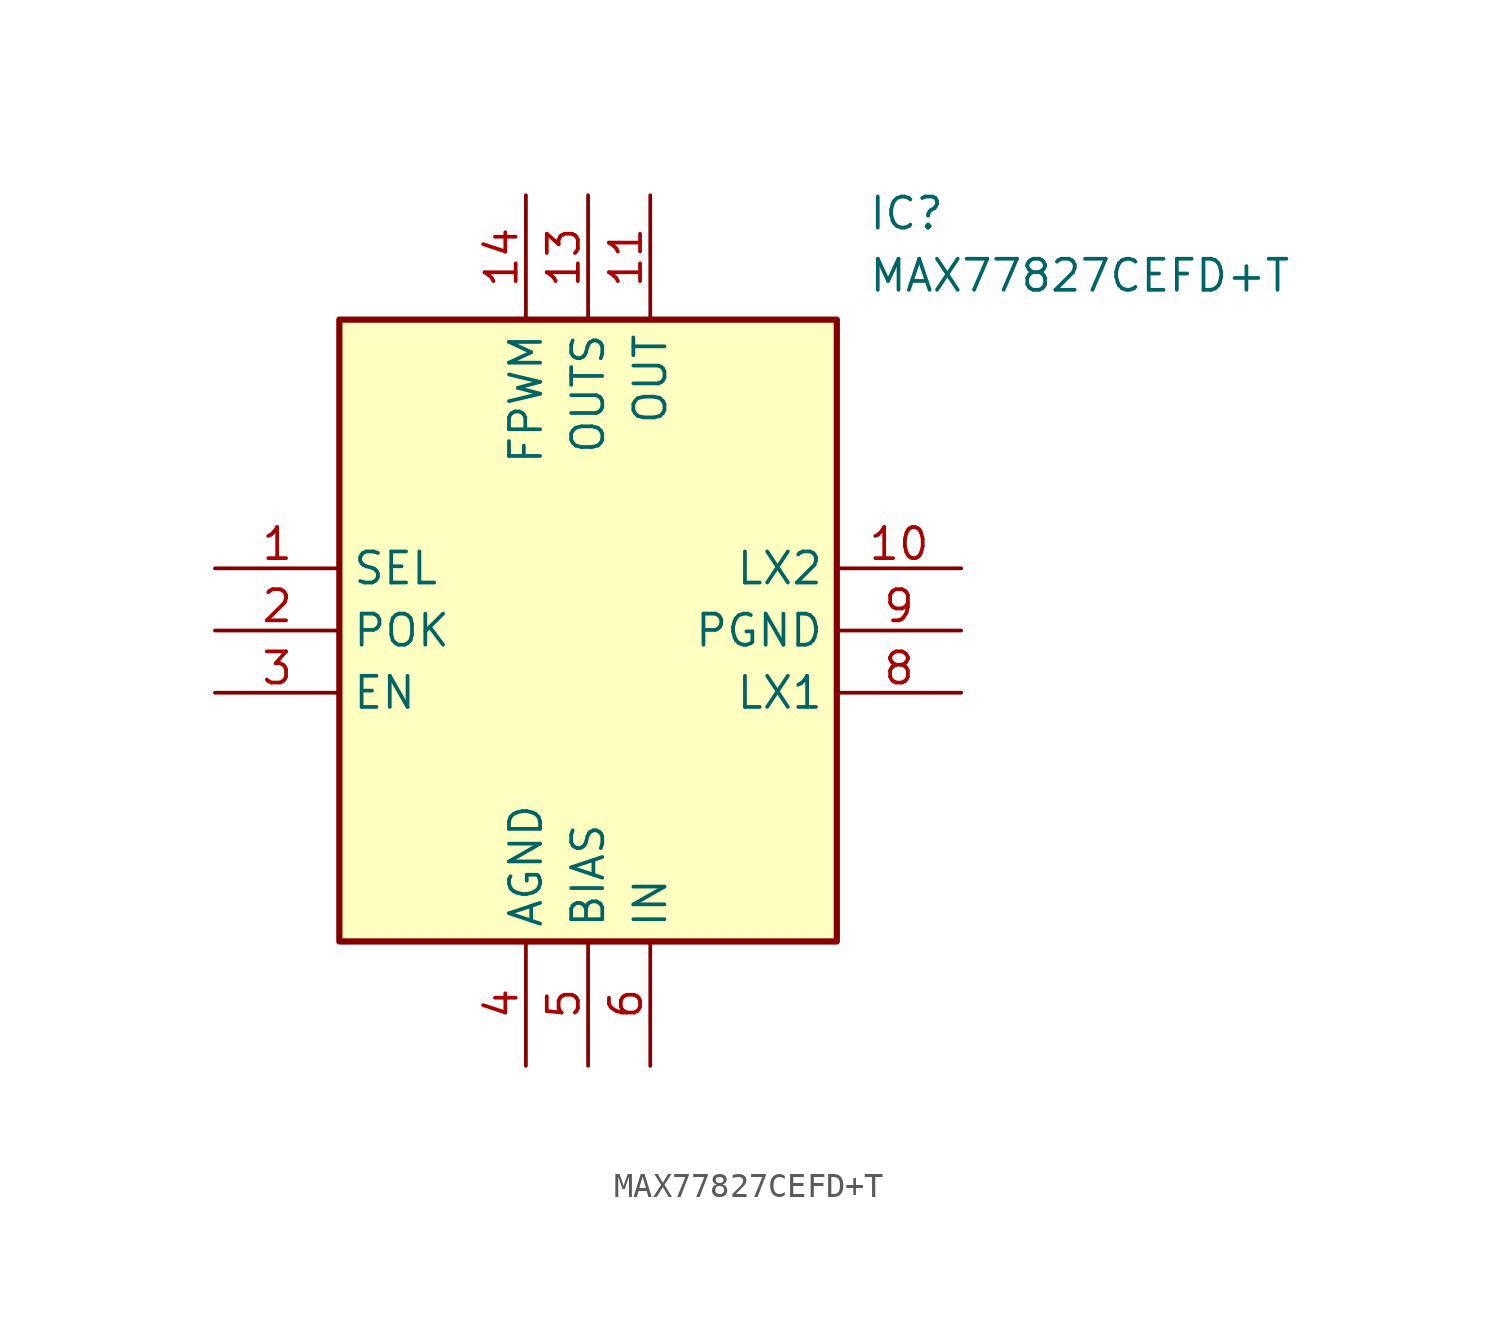
<source format=kicad_sym>
(kicad_symbol_lib
  (version 20211014)
  (generator SamacSys_ECAD_Model)
  (symbol "MAX77827CEFD+T"
    (property "Reference" "IC"
      (at 26.67 15.24 0)
      (effects (font (size 1.27 1.27)) (justify left top)))
    (property "Value" "MAX77827CEFD+T"
      (at 26.67 12.7 0)
      (effects (font (size 1.27 1.27)) (justify left top)))
    (rectangle
      (start 5.08 10.16)
      (end 25.4 -15.24)
      (stroke (width 0.254) (type default))
      (fill (type background)))
    (pin passive line
      (at 0 0 0)
      (length 5.08)
      (name "SEL" (effects (font (size 1.27 1.27))))
      (number "1" (effects (font (size 1.27 1.27)))))
    (pin passive line
      (at 0 -2.54 0)
      (length 5.08)
      (name "POK" (effects (font (size 1.27 1.27))))
      (number "2" (effects (font (size 1.27 1.27)))))
    (pin passive line
      (at 0 -5.08 0)
      (length 5.08)
      (name "EN" (effects (font (size 1.27 1.27))))
      (number "3" (effects (font (size 1.27 1.27)))))
    (pin passive line
      (at 12.7 -20.32 90)
      (length 5.08)
      (name "AGND" (effects (font (size 1.27 1.27))))
      (number "4" (effects (font (size 1.27 1.27)))))
    (pin passive line
      (at 15.24 -20.32 90)
      (length 5.08)
      (name "BIAS" (effects (font (size 1.27 1.27))))
      (number "5" (effects (font (size 1.27 1.27)))))
    (pin passive line
      (at 17.78 -20.32 90)
      (length 5.08)
      (name "IN" (effects (font (size 1.27 1.27))))
      (number "6" (effects (font (size 1.27 1.27)))))
    (pin passive line
      (at 30.48 -5.08 180)
      (length 5.08)
      (name "LX1" (effects (font (size 1.27 1.27))))
      (number "8" (effects (font (size 1.27 1.27)))))
    (pin passive line
      (at 30.48 -2.54 180)
      (length 5.08)
      (name "PGND" (effects (font (size 1.27 1.27))))
      (number "9" (effects (font (size 1.27 1.27)))))
    (pin passive line
      (at 30.48 0 180)
      (length 5.08)
      (name "LX2" (effects (font (size 1.27 1.27))))
      (number "10" (effects (font (size 1.27 1.27)))))
    (pin passive line
      (at 17.78 15.24 270)
      (length 5.08)
      (name "OUT" (effects (font (size 1.27 1.27))))
      (number "11" (effects (font (size 1.27 1.27)))))
    (pin passive line
      (at 15.24 15.24 270)
      (length 5.08)
      (name "OUTS" (effects (font (size 1.27 1.27))))
      (number "13" (effects (font (size 1.27 1.27)))))
    (pin passive line
      (at 12.7 15.24 270)
      (length 5.08)
      (name "FPWM" (effects (font (size 1.27 1.27))))
      (number "14" (effects (font (size 1.27 1.27)))))))
</source>
